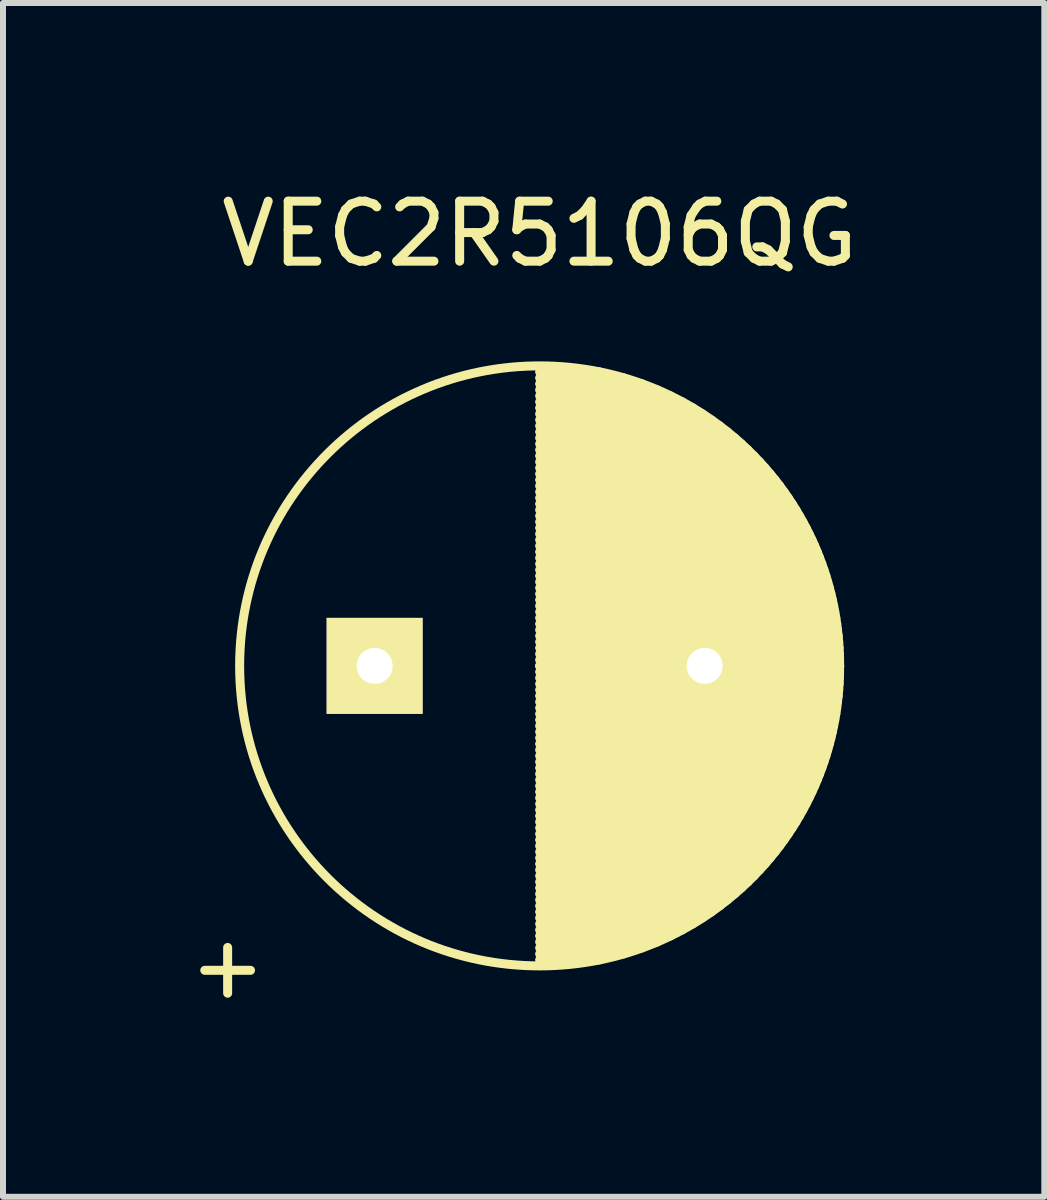
<source format=kicad_pcb>
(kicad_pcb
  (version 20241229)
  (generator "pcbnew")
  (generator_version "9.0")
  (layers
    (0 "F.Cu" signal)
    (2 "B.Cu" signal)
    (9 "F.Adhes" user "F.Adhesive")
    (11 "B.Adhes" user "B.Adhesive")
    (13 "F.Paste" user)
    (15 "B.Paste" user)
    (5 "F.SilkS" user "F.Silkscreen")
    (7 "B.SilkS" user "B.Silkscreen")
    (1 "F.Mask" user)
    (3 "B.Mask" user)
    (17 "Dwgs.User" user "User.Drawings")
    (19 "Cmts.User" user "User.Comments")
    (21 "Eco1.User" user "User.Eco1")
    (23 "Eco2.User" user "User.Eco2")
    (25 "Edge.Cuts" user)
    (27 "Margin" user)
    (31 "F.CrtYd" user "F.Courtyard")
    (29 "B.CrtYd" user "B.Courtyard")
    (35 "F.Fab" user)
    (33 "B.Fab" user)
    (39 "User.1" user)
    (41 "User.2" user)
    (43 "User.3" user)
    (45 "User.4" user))
  (footprint "VEC2R5106QG"
    (layer "F.Cu")
    (at 3.194 8.048)
    (property "Reference" "VEC2R5106QG" (at 2.75 -7.2 0) (layer "F.SilkS") (effects (font (size 1 1) (thickness 0.15))))
    (attr through_hole)
    (fp_line (start 2.75 -4.9) (end 3.745 -4.9) (stroke (width 0.15) (type solid)) (layer "F.SilkS"))
    (fp_line (start 2.75 -4.8) (end 4.15 -4.8) (stroke (width 0.15) (type solid)) (layer "F.SilkS"))
    (fp_line (start 2.75 -4.7) (end 4.456 -4.7) (stroke (width 0.15) (type solid)) (layer "F.SilkS"))
    (fp_line (start 2.75 -4.6) (end 4.71 -4.6) (stroke (width 0.15) (type solid)) (layer "F.SilkS"))
    (fp_line (start 2.75 -4.5) (end 4.929 -4.5) (stroke (width 0.15) (type solid)) (layer "F.SilkS"))
    (fp_line (start 2.75 -4.4) (end 5.125 -4.4) (stroke (width 0.15) (type solid)) (layer "F.SilkS"))
    (fp_line (start 2.75 -4.3) (end 5.301 -4.3) (stroke (width 0.15) (type solid)) (layer "F.SilkS"))
    (fp_line (start 2.75 -4.2) (end 5.463 -4.2) (stroke (width 0.15) (type solid)) (layer "F.SilkS"))
    (fp_line (start 2.75 -4.1) (end 5.612 -4.1) (stroke (width 0.15) (type solid)) (layer "F.SilkS"))
    (fp_line (start 2.75 -4) (end 5.75 -4) (stroke (width 0.15) (type solid)) (layer "F.SilkS"))
    (fp_line (start 2.75 -3.9) (end 5.879 -3.9) (stroke (width 0.15) (type solid)) (layer "F.SilkS"))
    (fp_line (start 2.75 -3.8) (end 6 -3.8) (stroke (width 0.15) (type solid)) (layer "F.SilkS"))
    (fp_line (start 2.75 -3.7) (end 6.113 -3.7) (stroke (width 0.15) (type solid)) (layer "F.SilkS"))
    (fp_line (start 2.75 -3.6) (end 6.22 -3.6) (stroke (width 0.15) (type solid)) (layer "F.SilkS"))
    (fp_line (start 2.75 -3.5) (end 6.321 -3.5) (stroke (width 0.15) (type solid)) (layer "F.SilkS"))
    (fp_line (start 2.75 -3.4) (end 6.416 -3.4) (stroke (width 0.15) (type solid)) (layer "F.SilkS"))
    (fp_line (start 2.75 -3.3) (end 6.506 -3.3) (stroke (width 0.15) (type solid)) (layer "F.SilkS"))
    (fp_line (start 2.75 -3.2) (end 6.592 -3.2) (stroke (width 0.15) (type solid)) (layer "F.SilkS"))
    (fp_line (start 2.75 -3.1) (end 6.673 -3.1) (stroke (width 0.15) (type solid)) (layer "F.SilkS"))
    (fp_line (start 2.75 -3) (end 6.75 -3) (stroke (width 0.15) (type solid)) (layer "F.SilkS"))
    (fp_line (start 2.75 -2.9) (end 6.823 -2.9) (stroke (width 0.15) (type solid)) (layer "F.SilkS"))
    (fp_line (start 2.75 -2.8) (end 6.892 -2.8) (stroke (width 0.15) (type solid)) (layer "F.SilkS"))
    (fp_line (start 2.75 -2.7) (end 6.958 -2.7) (stroke (width 0.15) (type solid)) (layer "F.SilkS"))
    (fp_line (start 2.75 -2.6) (end 7.021 -2.6) (stroke (width 0.15) (type solid)) (layer "F.SilkS"))
    (fp_line (start 2.75 -2.5) (end 7.08 -2.5) (stroke (width 0.15) (type solid)) (layer "F.SilkS"))
    (fp_line (start 2.75 -2.4) (end 7.136 -2.4) (stroke (width 0.15) (type solid)) (layer "F.SilkS"))
    (fp_line (start 2.75 -2.3) (end 7.19 -2.3) (stroke (width 0.15) (type solid)) (layer "F.SilkS"))
    (fp_line (start 2.75 -2.2) (end 7.24 -2.2) (stroke (width 0.15) (type solid)) (layer "F.SilkS"))
    (fp_line (start 2.75 -2.1) (end 7.288 -2.1) (stroke (width 0.15) (type solid)) (layer "F.SilkS"))
    (fp_line (start 2.75 -2) (end 7.333 -2) (stroke (width 0.15) (type solid)) (layer "F.SilkS"))
    (fp_line (start 2.75 -1.9) (end 7.375 -1.9) (stroke (width 0.15) (type solid)) (layer "F.SilkS"))
    (fp_line (start 2.75 -1.8) (end 7.415 -1.8) (stroke (width 0.15) (type solid)) (layer "F.SilkS"))
    (fp_line (start 2.75 -1.7) (end 7.452 -1.7) (stroke (width 0.15) (type solid)) (layer "F.SilkS"))
    (fp_line (start 2.75 -1.6) (end 7.487 -1.6) (stroke (width 0.15) (type solid)) (layer "F.SilkS"))
    (fp_line (start 2.75 -1.5) (end 7.52 -1.5) (stroke (width 0.15) (type solid)) (layer "F.SilkS"))
    (fp_line (start 2.75 -1.4) (end 7.55 -1.4) (stroke (width 0.15) (type solid)) (layer "F.SilkS"))
    (fp_line (start 2.75 -1.3) (end 7.578 -1.3) (stroke (width 0.15) (type solid)) (layer "F.SilkS"))
    (fp_line (start 2.75 -1.2) (end 7.604 -1.2) (stroke (width 0.15) (type solid)) (layer "F.SilkS"))
    (fp_line (start 2.75 -1.1) (end 7.627 -1.1) (stroke (width 0.15) (type solid)) (layer "F.SilkS"))
    (fp_line (start 2.75 -1) (end 7.649 -1) (stroke (width 0.15) (type solid)) (layer "F.SilkS"))
    (fp_line (start 2.75 -0.9) (end 7.668 -0.9) (stroke (width 0.15) (type solid)) (layer "F.SilkS"))
    (fp_line (start 2.75 -0.8) (end 7.686 -0.8) (stroke (width 0.15) (type solid)) (layer "F.SilkS"))
    (fp_line (start 2.75 -0.7) (end 7.701 -0.7) (stroke (width 0.15) (type solid)) (layer "F.SilkS"))
    (fp_line (start 2.75 -0.6) (end 7.714 -0.6) (stroke (width 0.15) (type solid)) (layer "F.SilkS"))
    (fp_line (start 2.75 -0.5) (end 7.725 -0.5) (stroke (width 0.15) (type solid)) (layer "F.SilkS"))
    (fp_line (start 2.75 -0.4) (end 7.734 -0.4) (stroke (width 0.15) (type solid)) (layer "F.SilkS"))
    (fp_line (start 2.75 -0.3) (end 7.741 -0.3) (stroke (width 0.15) (type solid)) (layer "F.SilkS"))
    (fp_line (start 2.75 -0.2) (end 7.746 -0.2) (stroke (width 0.15) (type solid)) (layer "F.SilkS"))
    (fp_line (start 2.75 -0.1) (end 7.749 -0.1) (stroke (width 0.15) (type solid)) (layer "F.SilkS"))
    (fp_line (start 2.75 0) (end 7.75 0) (stroke (width 0.15) (type solid)) (layer "F.SilkS"))
    (fp_line (start 2.75 0) (end 7.75 0) (stroke (width 0.15) (type solid)) (layer "F.SilkS"))
    (fp_line (start 2.75 0.1) (end 7.749 0.1) (stroke (width 0.15) (type solid)) (layer "F.SilkS"))
    (fp_line (start 2.75 0.2) (end 7.746 0.2) (stroke (width 0.15) (type solid)) (layer "F.SilkS"))
    (fp_line (start 2.75 0.3) (end 7.741 0.3) (stroke (width 0.15) (type solid)) (layer "F.SilkS"))
    (fp_line (start 2.75 0.4) (end 7.734 0.4) (stroke (width 0.15) (type solid)) (layer "F.SilkS"))
    (fp_line (start 2.75 0.5) (end 7.725 0.5) (stroke (width 0.15) (type solid)) (layer "F.SilkS"))
    (fp_line (start 2.75 0.6) (end 7.714 0.6) (stroke (width 0.15) (type solid)) (layer "F.SilkS"))
    (fp_line (start 2.75 0.7) (end 7.701 0.7) (stroke (width 0.15) (type solid)) (layer "F.SilkS"))
    (fp_line (start 2.75 0.8) (end 7.686 0.8) (stroke (width 0.15) (type solid)) (layer "F.SilkS"))
    (fp_line (start 2.75 0.9) (end 7.668 0.9) (stroke (width 0.15) (type solid)) (layer "F.SilkS"))
    (fp_line (start 2.75 1) (end 7.649 1) (stroke (width 0.15) (type solid)) (layer "F.SilkS"))
    (fp_line (start 2.75 1.1) (end 7.627 1.1) (stroke (width 0.15) (type solid)) (layer "F.SilkS"))
    (fp_line (start 2.75 1.2) (end 7.604 1.2) (stroke (width 0.15) (type solid)) (layer "F.SilkS"))
    (fp_line (start 2.75 1.3) (end 7.578 1.3) (stroke (width 0.15) (type solid)) (layer "F.SilkS"))
    (fp_line (start 2.75 1.4) (end 7.55 1.4) (stroke (width 0.15) (type solid)) (layer "F.SilkS"))
    (fp_line (start 2.75 1.5) (end 7.52 1.5) (stroke (width 0.15) (type solid)) (layer "F.SilkS"))
    (fp_line (start 2.75 1.6) (end 7.487 1.6) (stroke (width 0.15) (type solid)) (layer "F.SilkS"))
    (fp_line (start 2.75 1.7) (end 7.452 1.7) (stroke (width 0.15) (type solid)) (layer "F.SilkS"))
    (fp_line (start 2.75 1.8) (end 7.415 1.8) (stroke (width 0.15) (type solid)) (layer "F.SilkS"))
    (fp_line (start 2.75 1.9) (end 7.375 1.9) (stroke (width 0.15) (type solid)) (layer "F.SilkS"))
    (fp_line (start 2.75 2) (end 7.333 2) (stroke (width 0.15) (type solid)) (layer "F.SilkS"))
    (fp_line (start 2.75 2.1) (end 7.288 2.1) (stroke (width 0.15) (type solid)) (layer "F.SilkS"))
    (fp_line (start 2.75 2.2) (end 7.24 2.2) (stroke (width 0.15) (type solid)) (layer "F.SilkS"))
    (fp_line (start 2.75 2.3) (end 7.19 2.3) (stroke (width 0.15) (type solid)) (layer "F.SilkS"))
    (fp_line (start 2.75 2.4) (end 7.136 2.4) (stroke (width 0.15) (type solid)) (layer "F.SilkS"))
    (fp_line (start 2.75 2.5) (end 7.08 2.5) (stroke (width 0.15) (type solid)) (layer "F.SilkS"))
    (fp_line (start 2.75 2.6) (end 7.021 2.6) (stroke (width 0.15) (type solid)) (layer "F.SilkS"))
    (fp_line (start 2.75 2.7) (end 6.958 2.7) (stroke (width 0.15) (type solid)) (layer "F.SilkS"))
    (fp_line (start 2.75 2.8) (end 6.892 2.8) (stroke (width 0.15) (type solid)) (layer "F.SilkS"))
    (fp_line (start 2.75 2.9) (end 6.823 2.9) (stroke (width 0.15) (type solid)) (layer "F.SilkS"))
    (fp_line (start 2.75 3) (end 6.75 3) (stroke (width 0.15) (type solid)) (layer "F.SilkS"))
    (fp_line (start 2.75 3.1) (end 6.673 3.1) (stroke (width 0.15) (type solid)) (layer "F.SilkS"))
    (fp_line (start 2.75 3.2) (end 6.592 3.2) (stroke (width 0.15) (type solid)) (layer "F.SilkS"))
    (fp_line (start 2.75 3.3) (end 6.506 3.3) (stroke (width 0.15) (type solid)) (layer "F.SilkS"))
    (fp_line (start 2.75 3.4) (end 6.416 3.4) (stroke (width 0.15) (type solid)) (layer "F.SilkS"))
    (fp_line (start 2.75 3.5) (end 6.321 3.5) (stroke (width 0.15) (type solid)) (layer "F.SilkS"))
    (fp_line (start 2.75 3.6) (end 6.22 3.6) (stroke (width 0.15) (type solid)) (layer "F.SilkS"))
    (fp_line (start 2.75 3.7) (end 6.113 3.7) (stroke (width 0.15) (type solid)) (layer "F.SilkS"))
    (fp_line (start 2.75 3.8) (end 6 3.8) (stroke (width 0.15) (type solid)) (layer "F.SilkS"))
    (fp_line (start 2.75 3.9) (end 5.879 3.9) (stroke (width 0.15) (type solid)) (layer "F.SilkS"))
    (fp_line (start 2.75 4) (end 5.75 4) (stroke (width 0.15) (type solid)) (layer "F.SilkS"))
    (fp_line (start 2.75 4.1) (end 5.612 4.1) (stroke (width 0.15) (type solid)) (layer "F.SilkS"))
    (fp_line (start 2.75 4.2) (end 5.463 4.2) (stroke (width 0.15) (type solid)) (layer "F.SilkS"))
    (fp_line (start 2.75 4.3) (end 5.301 4.3) (stroke (width 0.15) (type solid)) (layer "F.SilkS"))
    (fp_line (start 2.75 4.4) (end 5.125 4.4) (stroke (width 0.15) (type solid)) (layer "F.SilkS"))
    (fp_line (start 2.75 4.5) (end 4.929 4.5) (stroke (width 0.15) (type solid)) (layer "F.SilkS"))
    (fp_line (start 2.75 4.6) (end 4.71 4.6) (stroke (width 0.15) (type solid)) (layer "F.SilkS"))
    (fp_line (start 2.75 4.7) (end 4.456 4.7) (stroke (width 0.15) (type solid)) (layer "F.SilkS"))
    (fp_line (start 2.75 4.8) (end 4.15 4.8) (stroke (width 0.15) (type solid)) (layer "F.SilkS"))
    (fp_line (start 2.75 4.9) (end 3.745 4.9) (stroke (width 0.15) (type solid)) (layer "F.SilkS"))
    (fp_circle (center 2.75 0) (end 2.75 -5) (stroke (width 0.15) (type solid)) (fill no) (layer "F.SilkS"))
    (fp_text user "+" (at -2.45 5 0) (layer "F.SilkS") (effects (font (size 1 1) (thickness 0.15))))
    (pad "1" thru_hole rect (at 0 0) (size 1.6 1.6) (drill 0.6) (layers "*.Cu" "*.Mask" "F.SilkS"))
    (pad "2" thru_hole circle (at 5.5 0) (size 1.6 1.6) (drill 0.6) (layers "*.Cu" "*.Mask" "F.SilkS")))
  (gr_rect
    (start -3 -3)
    (end 14.355 16.896)
    (stroke (width 0.1) (type default))
    (fill no)
    (layer "Edge.Cuts")))
</source>
